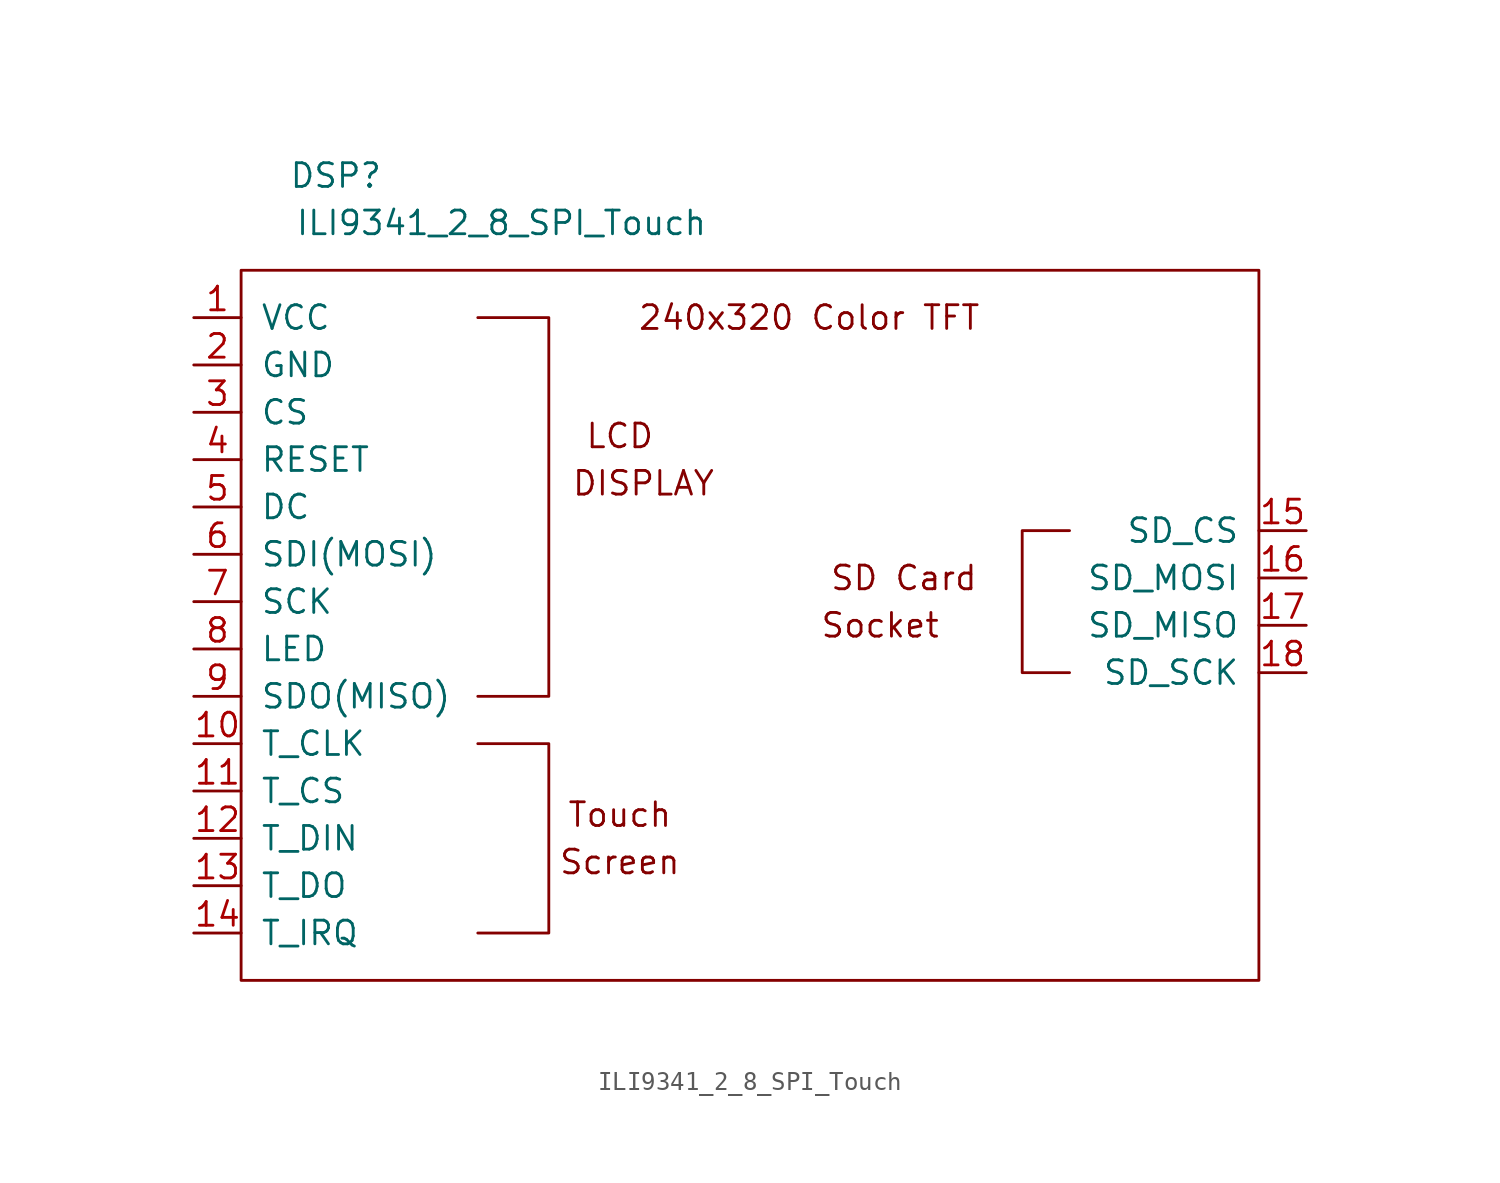
<source format=kicad_sym>
(kicad_symbol_lib
  (version 20211014)
  (generator kicad_symbol_editor)
  (symbol "ILI9341_2_8_SPI_Touch"
    (pin_names
      (offset 1.016))
    (property "Reference" "DSP"
      (at -24.13 24.13 0)
      (effects (font (size 1.27 1.27))))
    (property "Value" "ILI9341_2_8_SPI_Touch"
      (at -15.24 21.59 0)
      (effects (font (size 1.27 1.27))))
    (symbol "ILI9341_2_8_SPI_Touch_0_0"
      (rectangle (start -29.21 19.05) (end 25.4 -19.05) (stroke (width 0.152) (type default) (color 0 0 0 0)) (fill (type none)))
      (polyline (pts (xy -16.51 -16.51) (xy -12.7 -16.51) (xy -12.7 -6.35) (xy -16.51 -6.35)) (stroke (width 0.152) (type default) (color 0 0 0 0)) (fill (type none)))
      (polyline (pts (xy 15.24 5.08) (xy 12.7 5.08) (xy 12.7 -2.54) (xy 15.24 -2.54)) (stroke (width 0.152) (type default) (color 0 0 0 0)) (fill (type none)))
      (text "240x320 Color TFT" (at 1.27 16.51 0) (effects (font (size 1.27 1.27))))
      (text "DISPLAY" (at -7.62 7.62 0) (effects (font (size 1.27 1.27))))
      (text "LCD" (at -8.89 10.16 0) (effects (font (size 1.27 1.27))))
      (text "Screen" (at -8.89 -12.7 0) (effects (font (size 1.27 1.27))))
      (text "SD Card" (at 6.35 2.54 0) (effects (font (size 1.27 1.27))))
      (text "Socket" (at 5.08 0 0) (effects (font (size 1.27 1.27))))
      (text "Touch" (at -8.89 -10.16 0) (effects (font (size 1.27 1.27)))))
    (symbol "ILI9341_2_8_SPI_Touch_0_1"
      (polyline (pts (xy -16.51 16.51) (xy -12.7 16.51) (xy -12.7 -3.81) (xy -16.51 -3.81)) (stroke (width 0.152) (type default) (color 0 0 0 0)) (fill (type none))))
    (symbol "ILI9341_2_8_SPI_Touch_1_1"
      (pin power_in line (at -31.75 16.51 0) (length 2.54) (name "VCC" (effects (font (size 1.27 1.27)))) (number "1" (effects (font (size 1.27 1.27)))))
      (pin input line (at -31.75 -6.35 0) (length 2.54) (name "T_CLK" (effects (font (size 1.27 1.27)))) (number "10" (effects (font (size 1.27 1.27)))))
      (pin input line (at -31.75 -8.89 0) (length 2.54) (name "T_CS" (effects (font (size 1.27 1.27)))) (number "11" (effects (font (size 1.27 1.27)))))
      (pin input line (at -31.75 -11.43 0) (length 2.54) (name "T_DIN" (effects (font (size 1.27 1.27)))) (number "12" (effects (font (size 1.27 1.27)))))
      (pin output line (at -31.75 -13.97 0) (length 2.54) (name "T_DO" (effects (font (size 1.27 1.27)))) (number "13" (effects (font (size 1.27 1.27)))))
      (pin output line (at -31.75 -16.51 0) (length 2.54) (name "T_IRQ" (effects (font (size 1.27 1.27)))) (number "14" (effects (font (size 1.27 1.27)))))
      (pin input line (at 27.94 5.08 180) (length 2.54) (name "SD_CS" (effects (font (size 1.27 1.27)))) (number "15" (effects (font (size 1.27 1.27)))))
      (pin input line (at 27.94 2.54 180) (length 2.54) (name "SD_MOSI" (effects (font (size 1.27 1.27)))) (number "16" (effects (font (size 1.27 1.27)))))
      (pin output line (at 27.94 0 180) (length 2.54) (name "SD_MISO" (effects (font (size 1.27 1.27)))) (number "17" (effects (font (size 1.27 1.27)))))
      (pin input line (at 27.94 -2.54 180) (length 2.54) (name "SD_SCK" (effects (font (size 1.27 1.27)))) (number "18" (effects (font (size 1.27 1.27)))))
      (pin passive line (at -31.75 13.97 0) (length 2.54) (name "GND" (effects (font (size 1.27 1.27)))) (number "2" (effects (font (size 1.27 1.27)))))
      (pin input line (at -31.75 11.43 0) (length 2.54) (name "CS" (effects (font (size 1.27 1.27)))) (number "3" (effects (font (size 1.27 1.27)))))
      (pin input line (at -31.75 8.89 0) (length 2.54) (name "RESET" (effects (font (size 1.27 1.27)))) (number "4" (effects (font (size 1.27 1.27)))))
      (pin input line (at -31.75 6.35 0) (length 2.54) (name "DC" (effects (font (size 1.27 1.27)))) (number "5" (effects (font (size 1.27 1.27)))))
      (pin input line (at -31.75 3.81 0) (length 2.54) (name "SDI(MOSI)" (effects (font (size 1.27 1.27)))) (number "6" (effects (font (size 1.27 1.27)))))
      (pin input line (at -31.75 1.27 0) (length 2.54) (name "SCK" (effects (font (size 1.27 1.27)))) (number "7" (effects (font (size 1.27 1.27)))))
      (pin passive line (at -31.75 -1.27 0) (length 2.54) (name "LED" (effects (font (size 1.27 1.27)))) (number "8" (effects (font (size 1.27 1.27)))))
      (pin output line (at -31.75 -3.81 0) (length 2.54) (name "SDO(MISO)" (effects (font (size 1.27 1.27)))) (number "9" (effects (font (size 1.27 1.27))))))))
</source>
